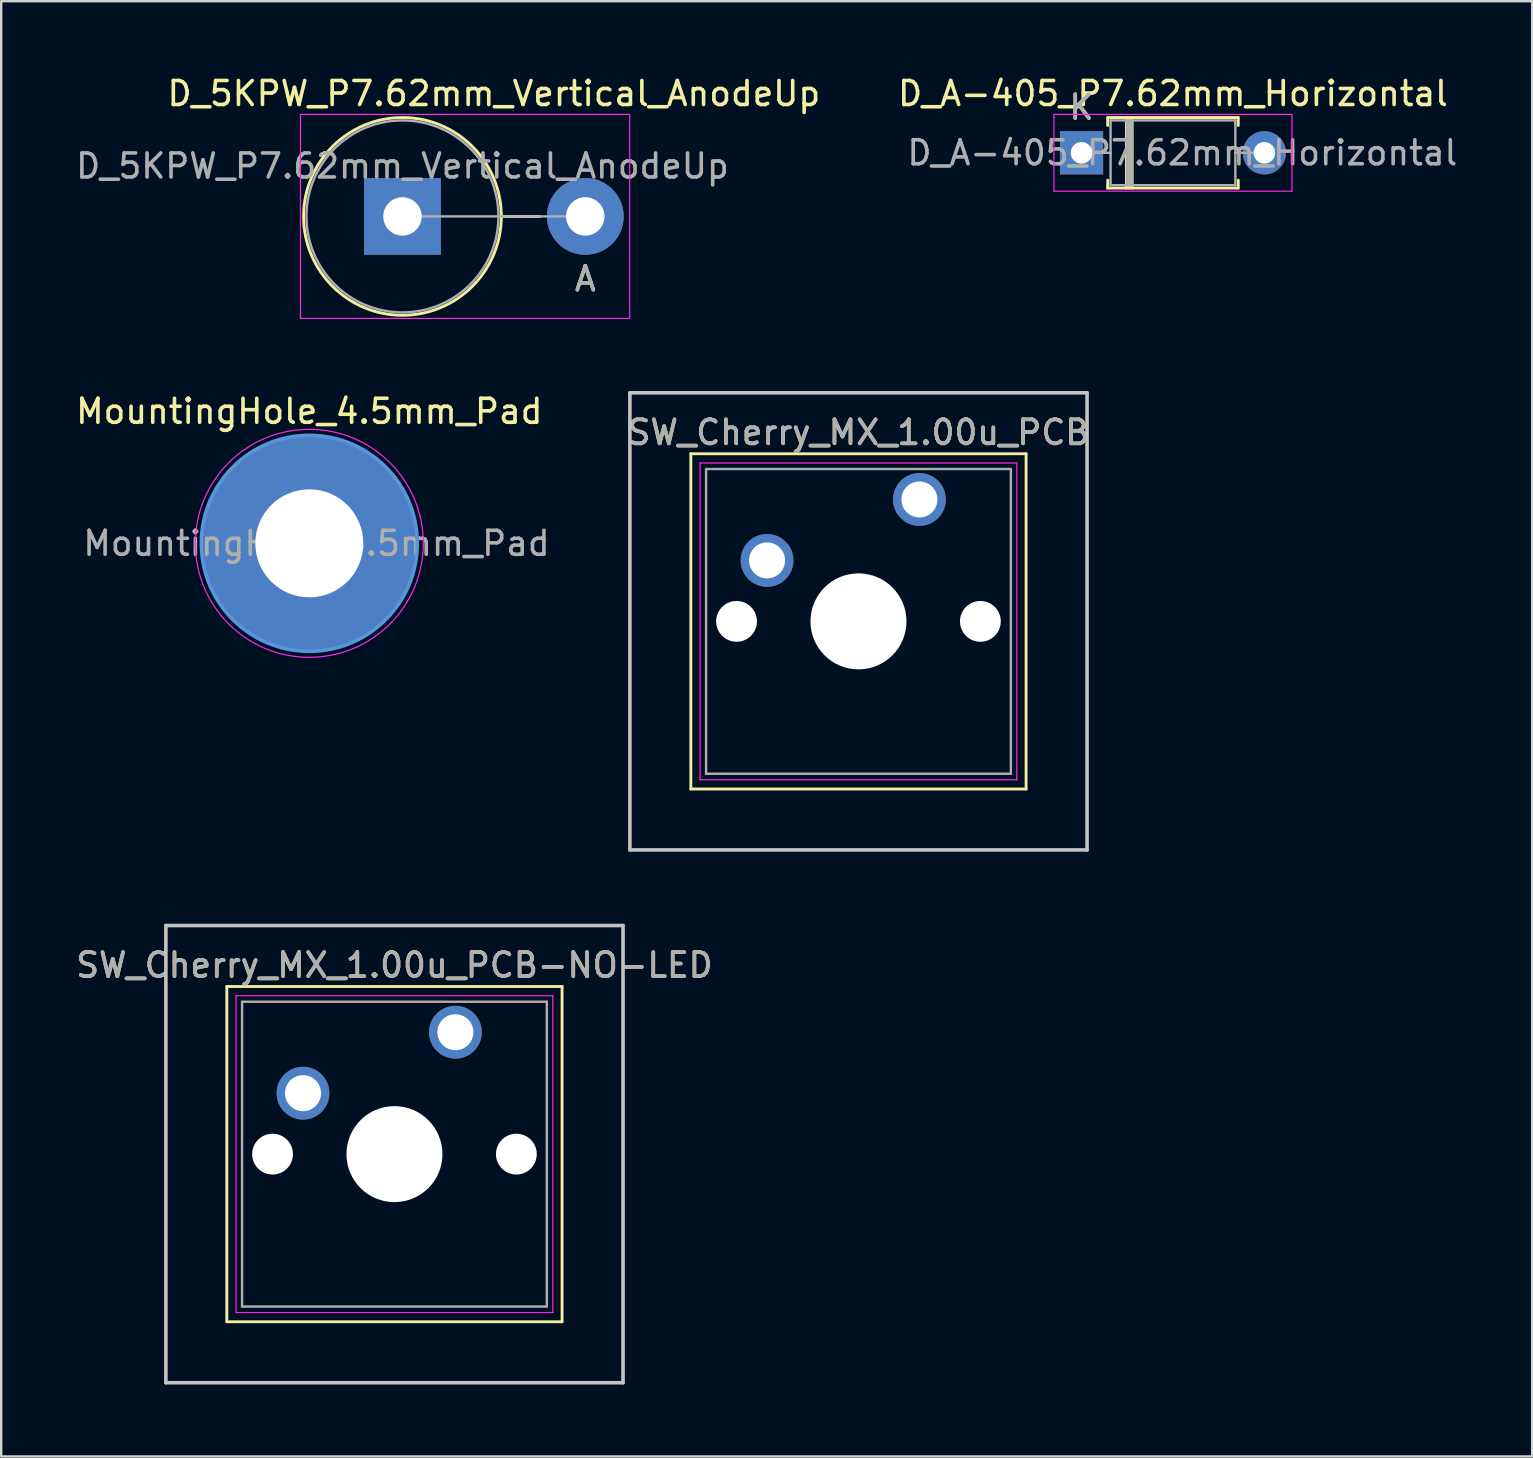
<source format=kicad_pcb>
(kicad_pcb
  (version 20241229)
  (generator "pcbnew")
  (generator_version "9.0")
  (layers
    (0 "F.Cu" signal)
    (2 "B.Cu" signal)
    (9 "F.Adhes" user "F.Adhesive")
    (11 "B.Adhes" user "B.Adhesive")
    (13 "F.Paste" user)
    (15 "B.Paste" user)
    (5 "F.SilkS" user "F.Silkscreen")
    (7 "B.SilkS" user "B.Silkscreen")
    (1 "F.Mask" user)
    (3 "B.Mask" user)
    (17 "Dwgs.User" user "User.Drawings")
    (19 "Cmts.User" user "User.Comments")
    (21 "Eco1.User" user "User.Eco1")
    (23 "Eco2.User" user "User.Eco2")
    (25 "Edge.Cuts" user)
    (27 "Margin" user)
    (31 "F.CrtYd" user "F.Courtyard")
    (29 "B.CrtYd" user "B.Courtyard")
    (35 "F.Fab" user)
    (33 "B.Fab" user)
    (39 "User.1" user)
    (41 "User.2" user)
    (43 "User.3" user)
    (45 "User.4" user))
  (footprint "MountingHole_4.5mm_Pad"
    (layer "F.Cu")
    (at 9.839 19.591)
    (property "Reference" "MountingHole_4.5mm_Pad" (at 0 -5.5 0) (layer "F.SilkS") (effects (font (size 1 1) (thickness 0.15))))
    (attr exclude_from_pos_files exclude_from_bom)
    (fp_circle (center 0 0) (end 4.5 0) (stroke (width 0.15) (type solid)) (fill no) (layer "Cmts.User"))
    (fp_circle (center 0 0) (end 4.75 0) (stroke (width 0.05) (type solid)) (fill no) (layer "F.CrtYd"))
    (fp_text user "${REFERENCE}" (at 0.3 0 0) (layer "F.Fab") (effects (font (size 1 1) (thickness 0.15))))
    (pad "1" thru_hole circle (at 0 0) (size 9 9) (drill 4.5) (layers "*.Cu" "*.Mask")))
  (footprint "SW_Cherry_MX_1.00u_PCB"
    (layer "F.Cu")
    (at 35.263 17.763)
    (property "Reference" "SW_Cherry_MX_1.00u_PCB" (at -2.54 -2.794 0) (layer "F.SilkS") (effects (font (size 1 1) (thickness 0.15))))
    (attr through_hole)
    (fp_line (start -9.525 -1.905) (end 4.445 -1.905) (stroke (width 0.12) (type solid)) (layer "F.SilkS"))
    (fp_line (start -9.525 12.065) (end -9.525 -1.905) (stroke (width 0.12) (type solid)) (layer "F.SilkS"))
    (fp_line (start 4.445 -1.905) (end 4.445 12.065) (stroke (width 0.12) (type solid)) (layer "F.SilkS"))
    (fp_line (start 4.445 12.065) (end -9.525 12.065) (stroke (width 0.12) (type solid)) (layer "F.SilkS"))
    (fp_line (start -12.065 -4.445) (end 6.985 -4.445) (stroke (width 0.15) (type solid)) (layer "Dwgs.User"))
    (fp_line (start -12.065 14.605) (end -12.065 -4.445) (stroke (width 0.15) (type solid)) (layer "Dwgs.User"))
    (fp_line (start 6.985 -4.445) (end 6.985 14.605) (stroke (width 0.15) (type solid)) (layer "Dwgs.User"))
    (fp_line (start 6.985 14.605) (end -12.065 14.605) (stroke (width 0.15) (type solid)) (layer "Dwgs.User"))
    (fp_line (start -9.14 -1.52) (end 4.06 -1.52) (stroke (width 0.05) (type solid)) (layer "F.CrtYd"))
    (fp_line (start -9.14 11.68) (end -9.14 -1.52) (stroke (width 0.05) (type solid)) (layer "F.CrtYd"))
    (fp_line (start 4.06 -1.52) (end 4.06 11.68) (stroke (width 0.05) (type solid)) (layer "F.CrtYd"))
    (fp_line (start 4.06 11.68) (end -9.14 11.68) (stroke (width 0.05) (type solid)) (layer "F.CrtYd"))
    (fp_line (start -8.89 -1.27) (end 3.81 -1.27) (stroke (width 0.1) (type solid)) (layer "F.Fab"))
    (fp_line (start -8.89 11.43) (end -8.89 -1.27) (stroke (width 0.1) (type solid)) (layer "F.Fab"))
    (fp_line (start 3.81 -1.27) (end 3.81 11.43) (stroke (width 0.1) (type solid)) (layer "F.Fab"))
    (fp_line (start 3.81 11.43) (end -8.89 11.43) (stroke (width 0.1) (type solid)) (layer "F.Fab"))
    (fp_text user "${REFERENCE}" (at -2.54 -2.794 0) (layer "F.Fab") (effects (font (size 1 1) (thickness 0.15))))
    (pad "" np_thru_hole circle (at -7.62 5.08) (size 1.7 1.7) (drill 1.7) (layers "*.Cu" "*.Mask"))
    (pad "" np_thru_hole circle (at -2.54 5.08) (size 4 4) (drill 4) (layers "*.Cu" "*.Mask"))
    (pad "" np_thru_hole circle (at 2.54 5.08) (size 1.7 1.7) (drill 1.7) (layers "*.Cu" "*.Mask"))
    (pad "1" thru_hole circle (at 0 0) (size 2.2 2.2) (drill 1.5) (layers "*.Cu" "*.Mask"))
    (pad "2" thru_hole circle (at -6.35 2.54) (size 2.2 2.2) (drill 1.5) (layers "*.Cu" "*.Mask")))
  (footprint "D_5KPW_P7.62mm_Vertical_AnodeUp"
    (layer "F.Cu")
    (at 13.72 5.968)
    (property "Reference" "D_5KPW_P7.62mm_Vertical_AnodeUp" (at 3.81 -5.12 0) (layer "F.SilkS") (effects (font (size 1 1) (thickness 0.15))))
    (attr through_hole)
    (fp_line (start 4.12 0) (end 5.72 0) (stroke (width 0.12) (type solid)) (layer "F.SilkS"))
    (fp_circle (center 0 0) (end 4.12 0) (stroke (width 0.12) (type solid)) (fill no) (layer "F.SilkS"))
    (fp_line (start -4.25 -4.25) (end -4.25 4.25) (stroke (width 0.05) (type solid)) (layer "F.CrtYd"))
    (fp_line (start -4.25 4.25) (end 9.47 4.25) (stroke (width 0.05) (type solid)) (layer "F.CrtYd"))
    (fp_line (start 9.47 -4.25) (end -4.25 -4.25) (stroke (width 0.05) (type solid)) (layer "F.CrtYd"))
    (fp_line (start 9.47 4.25) (end 9.47 -4.25) (stroke (width 0.05) (type solid)) (layer "F.CrtYd"))
    (fp_line (start 0 0) (end 7.62 0) (stroke (width 0.1) (type solid)) (layer "F.Fab"))
    (fp_circle (center 0 0) (end 4 0) (stroke (width 0.1) (type solid)) (fill no) (layer "F.Fab"))
    (fp_text user "A" (at 7.62 2.6 0) (layer "F.SilkS") (effects (font (size 1 1) (thickness 0.15))))
    (fp_text user "${REFERENCE}" (at 0 -2.1 0) (layer "F.Fab") (effects (font (size 1 1) (thickness 0.15))))
    (fp_text user "A" (at 7.62 2.6 0) (layer "F.Fab") (effects (font (size 1 1) (thickness 0.15))))
    (pad "1" thru_hole rect (at 0 0) (size 3.2 3.2) (drill 1.6) (layers "*.Cu" "*.Mask"))
    (pad "2" thru_hole oval (at 7.62 0) (size 3.2 3.2) (drill 1.6) (layers "*.Cu" "*.Mask")))
  (footprint "SW_Cherry_MX_1.00u_PCB-NO-LED"
    (layer "F.Cu")
    (at 15.927 39.963)
    (property "Reference" "SW_Cherry_MX_1.00u_PCB-NO-LED" (at -2.54 -2.794 0) (layer "F.SilkS") (effects (font (size 1 1) (thickness 0.15))))
    (attr through_hole)
    (fp_line (start -9.525 -1.905) (end 4.445 -1.905) (stroke (width 0.12) (type solid)) (layer "F.SilkS"))
    (fp_line (start -9.525 12.065) (end -9.525 -1.905) (stroke (width 0.12) (type solid)) (layer "F.SilkS"))
    (fp_line (start 4.445 -1.905) (end 4.445 12.065) (stroke (width 0.12) (type solid)) (layer "F.SilkS"))
    (fp_line (start 4.445 12.065) (end -9.525 12.065) (stroke (width 0.12) (type solid)) (layer "F.SilkS"))
    (fp_line (start -12.065 -4.445) (end 6.985 -4.445) (stroke (width 0.15) (type solid)) (layer "Dwgs.User"))
    (fp_line (start -12.065 14.605) (end -12.065 -4.445) (stroke (width 0.15) (type solid)) (layer "Dwgs.User"))
    (fp_line (start 6.985 -4.445) (end 6.985 14.605) (stroke (width 0.15) (type solid)) (layer "Dwgs.User"))
    (fp_line (start 6.985 14.605) (end -12.065 14.605) (stroke (width 0.15) (type solid)) (layer "Dwgs.User"))
    (fp_line (start -9.14 -1.52) (end 4.06 -1.52) (stroke (width 0.05) (type solid)) (layer "F.CrtYd"))
    (fp_line (start -9.14 11.68) (end -9.14 -1.52) (stroke (width 0.05) (type solid)) (layer "F.CrtYd"))
    (fp_line (start 4.06 -1.52) (end 4.06 11.68) (stroke (width 0.05) (type solid)) (layer "F.CrtYd"))
    (fp_line (start 4.06 11.68) (end -9.14 11.68) (stroke (width 0.05) (type solid)) (layer "F.CrtYd"))
    (fp_line (start -8.89 -1.27) (end 3.81 -1.27) (stroke (width 0.1) (type solid)) (layer "F.Fab"))
    (fp_line (start -8.89 11.43) (end -8.89 -1.27) (stroke (width 0.1) (type solid)) (layer "F.Fab"))
    (fp_line (start 3.81 -1.27) (end 3.81 11.43) (stroke (width 0.1) (type solid)) (layer "F.Fab"))
    (fp_line (start 3.81 11.43) (end -8.89 11.43) (stroke (width 0.1) (type solid)) (layer "F.Fab"))
    (fp_text user "${REFERENCE}" (at -2.54 -2.794 0) (layer "F.Fab") (effects (font (size 1 1) (thickness 0.15))))
    (pad "" np_thru_hole circle (at -7.62 5.08) (size 1.7 1.7) (drill 1.7) (layers "*.Cu" "*.Mask"))
    (pad "" np_thru_hole circle (at -2.54 5.08) (size 4 4) (drill 4) (layers "*.Cu" "*.Mask"))
    (pad "" np_thru_hole circle (at 2.54 5.08) (size 1.7 1.7) (drill 1.7) (layers "*.Cu" "*.Mask"))
    (pad "1" thru_hole circle (at 0 0) (size 2.2 2.2) (drill 1.5) (layers "*.Cu" "*.Mask"))
    (pad "2" thru_hole circle (at -6.35 2.54) (size 2.2 2.2) (drill 1.5) (layers "*.Cu" "*.Mask")))
  (footprint "D_A-405_P7.62mm_Horizontal"
    (layer "F.Cu")
    (at 42.018 3.318)
    (property "Reference" "D_A-405_P7.62mm_Horizontal" (at 3.81 -2.47 0) (layer "F.SilkS") (effects (font (size 1 1) (thickness 0.15))))
    (attr through_hole)
    (fp_line (start 1.09 -1.47) (end 6.53 -1.47) (stroke (width 0.12) (type solid)) (layer "F.SilkS"))
    (fp_line (start 1.09 -1.14) (end 1.09 -1.47) (stroke (width 0.12) (type solid)) (layer "F.SilkS"))
    (fp_line (start 1.09 1.14) (end 1.09 1.47) (stroke (width 0.12) (type solid)) (layer "F.SilkS"))
    (fp_line (start 1.09 1.47) (end 6.53 1.47) (stroke (width 0.12) (type solid)) (layer "F.SilkS"))
    (fp_line (start 1.87 -1.47) (end 1.87 1.47) (stroke (width 0.12) (type solid)) (layer "F.SilkS"))
    (fp_line (start 1.99 -1.47) (end 1.99 1.47) (stroke (width 0.12) (type solid)) (layer "F.SilkS"))
    (fp_line (start 2.11 -1.47) (end 2.11 1.47) (stroke (width 0.12) (type solid)) (layer "F.SilkS"))
    (fp_line (start 6.53 -1.47) (end 6.53 -1.14) (stroke (width 0.12) (type solid)) (layer "F.SilkS"))
    (fp_line (start 6.53 1.47) (end 6.53 1.14) (stroke (width 0.12) (type solid)) (layer "F.SilkS"))
    (fp_line (start -1.15 -1.6) (end -1.15 1.6) (stroke (width 0.05) (type solid)) (layer "F.CrtYd"))
    (fp_line (start -1.15 1.6) (end 8.77 1.6) (stroke (width 0.05) (type solid)) (layer "F.CrtYd"))
    (fp_line (start 8.77 -1.6) (end -1.15 -1.6) (stroke (width 0.05) (type solid)) (layer "F.CrtYd"))
    (fp_line (start 8.77 1.6) (end 8.77 -1.6) (stroke (width 0.05) (type solid)) (layer "F.CrtYd"))
    (fp_line (start 0 0) (end 1.21 0) (stroke (width 0.1) (type solid)) (layer "F.Fab"))
    (fp_line (start 1.21 -1.35) (end 1.21 1.35) (stroke (width 0.1) (type solid)) (layer "F.Fab"))
    (fp_line (start 1.21 1.35) (end 6.41 1.35) (stroke (width 0.1) (type solid)) (layer "F.Fab"))
    (fp_line (start 1.89 -1.35) (end 1.89 1.35) (stroke (width 0.1) (type solid)) (layer "F.Fab"))
    (fp_line (start 1.99 -1.35) (end 1.99 1.35) (stroke (width 0.1) (type solid)) (layer "F.Fab"))
    (fp_line (start 2.09 -1.35) (end 2.09 1.35) (stroke (width 0.1) (type solid)) (layer "F.Fab"))
    (fp_line (start 6.41 -1.35) (end 1.21 -1.35) (stroke (width 0.1) (type solid)) (layer "F.Fab"))
    (fp_line (start 6.41 1.35) (end 6.41 -1.35) (stroke (width 0.1) (type solid)) (layer "F.Fab"))
    (fp_line (start 7.62 0) (end 6.41 0) (stroke (width 0.1) (type solid)) (layer "F.Fab"))
    (fp_text user "K" (at 0 -1.9 0) (layer "F.SilkS") (effects (font (size 1 1) (thickness 0.15))))
    (fp_text user "K" (at 0 -1.9 0) (layer "F.Fab") (effects (font (size 1 1) (thickness 0.15))))
    (fp_text user "${REFERENCE}" (at 4.2 0 0) (layer "F.Fab") (effects (font (size 1 1) (thickness 0.15))))
    (pad "1" thru_hole rect (at 0 0) (size 1.8 1.8) (drill 0.9) (layers "*.Cu" "*.Mask"))
    (pad "2" thru_hole oval (at 7.62 0) (size 1.8 1.8) (drill 0.9) (layers "*.Cu" "*.Mask")))
  (gr_rect
    (start -3 -3)
    (end 60.795 57.643)
    (stroke (width 0.1) (type default))
    (fill no)
    (layer "Edge.Cuts")))
</source>
